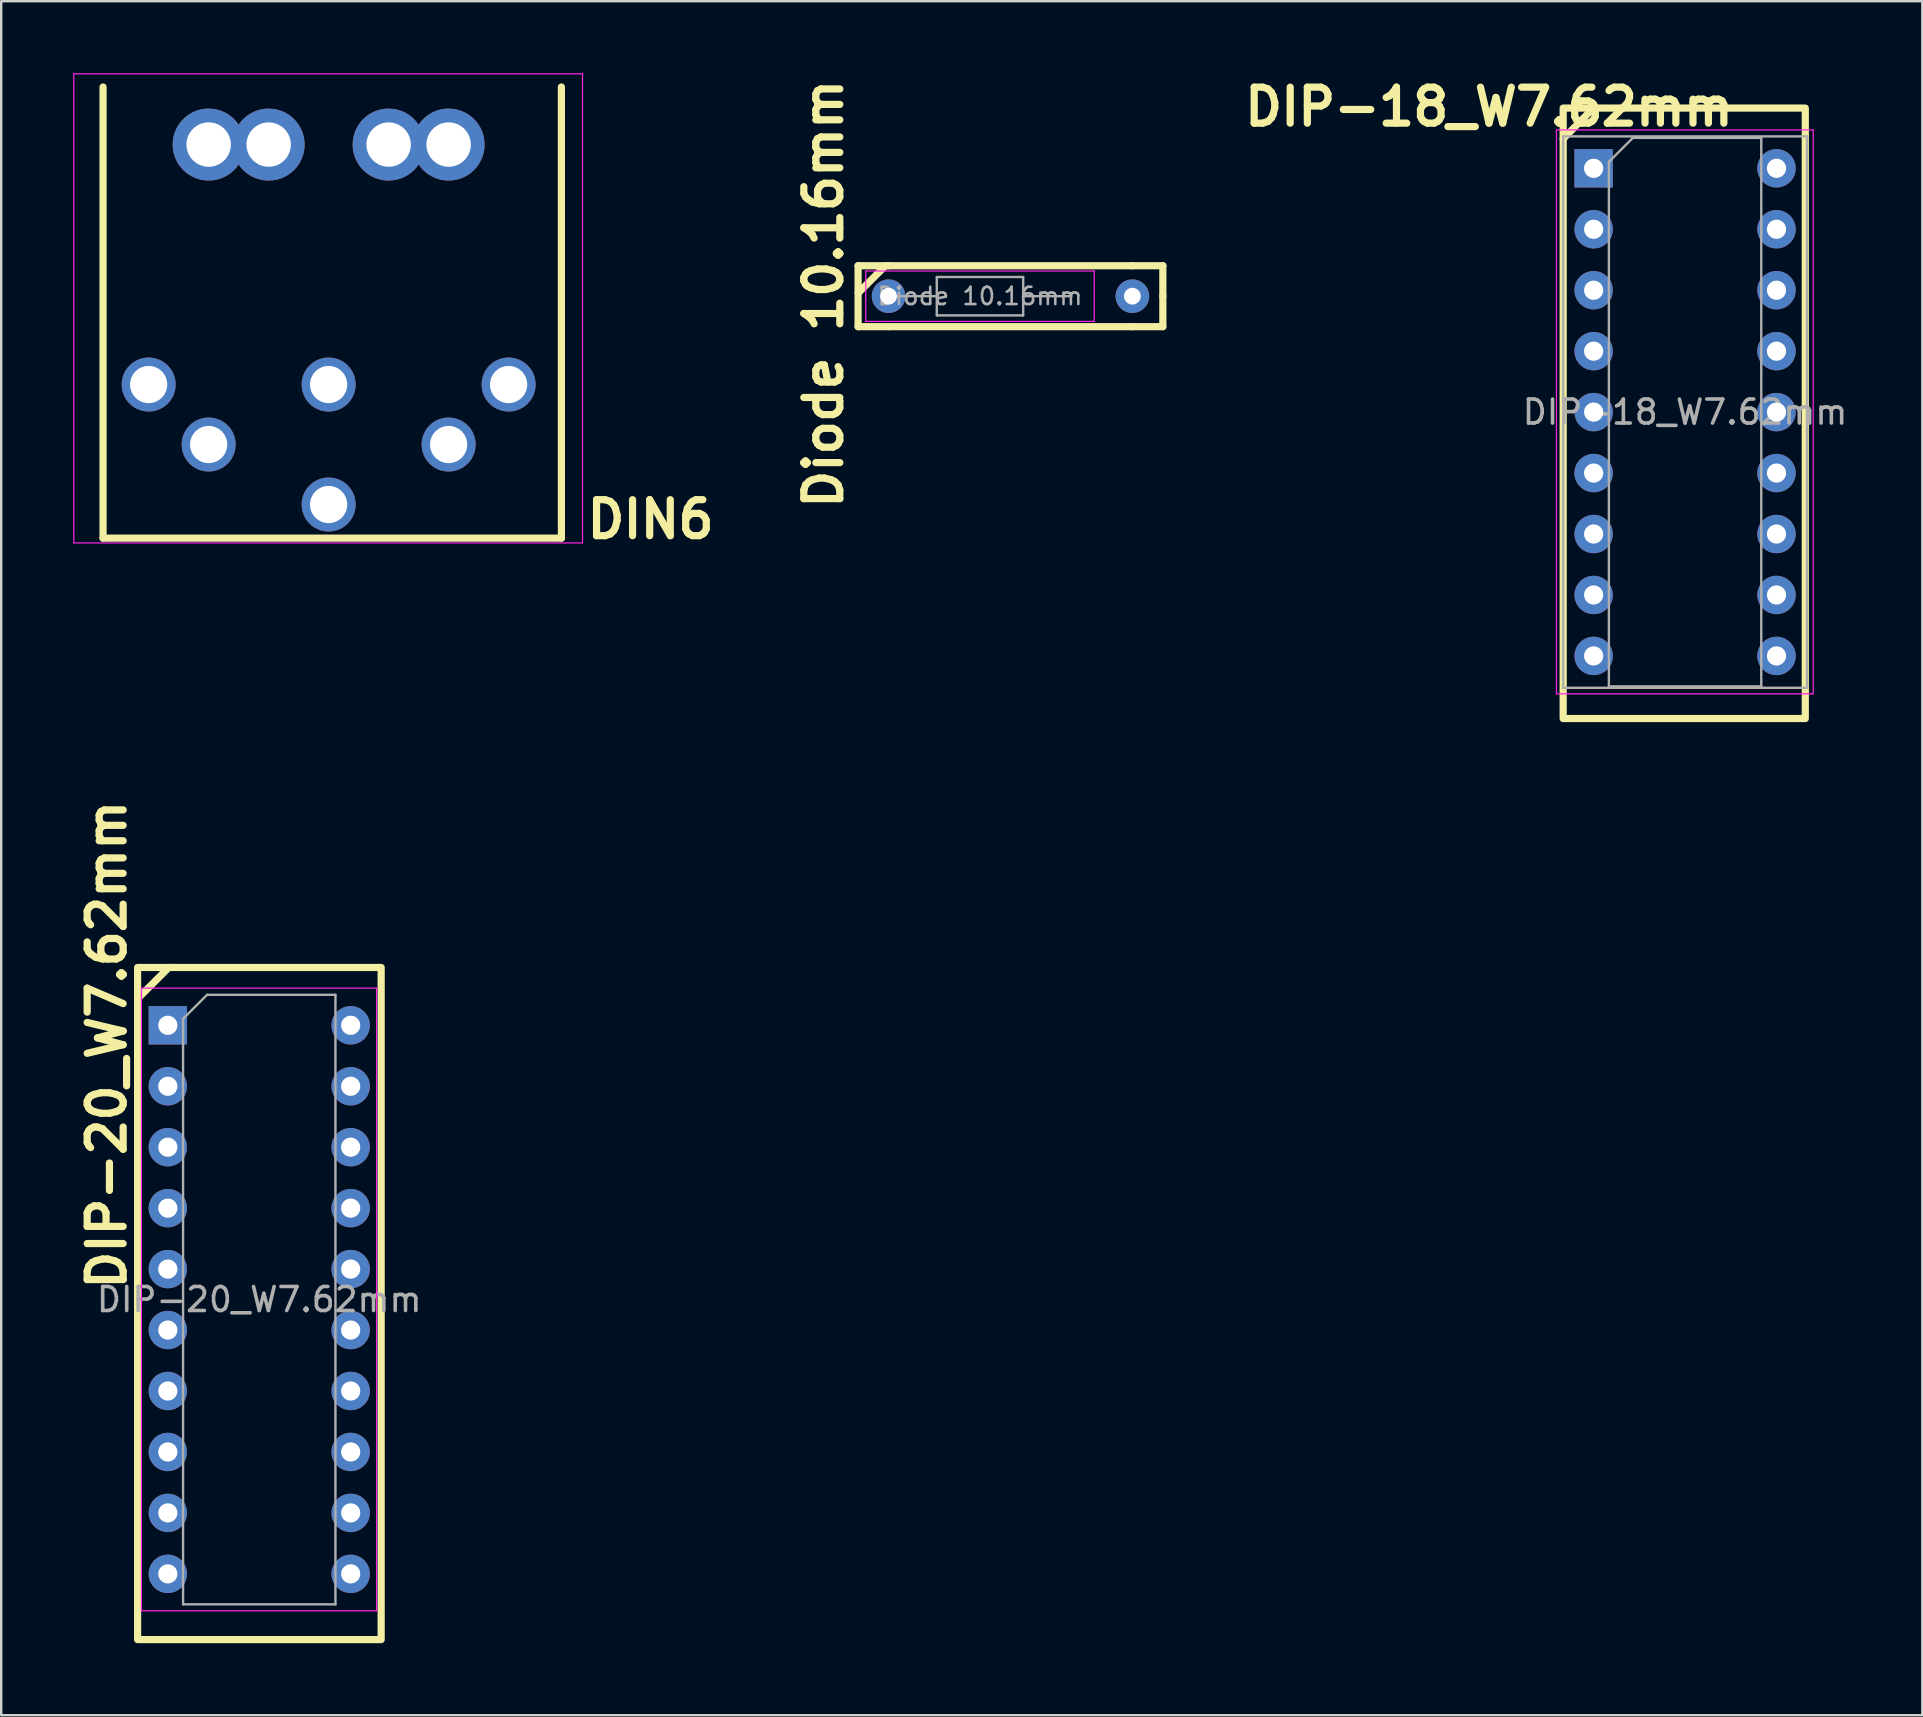
<source format=kicad_pcb>
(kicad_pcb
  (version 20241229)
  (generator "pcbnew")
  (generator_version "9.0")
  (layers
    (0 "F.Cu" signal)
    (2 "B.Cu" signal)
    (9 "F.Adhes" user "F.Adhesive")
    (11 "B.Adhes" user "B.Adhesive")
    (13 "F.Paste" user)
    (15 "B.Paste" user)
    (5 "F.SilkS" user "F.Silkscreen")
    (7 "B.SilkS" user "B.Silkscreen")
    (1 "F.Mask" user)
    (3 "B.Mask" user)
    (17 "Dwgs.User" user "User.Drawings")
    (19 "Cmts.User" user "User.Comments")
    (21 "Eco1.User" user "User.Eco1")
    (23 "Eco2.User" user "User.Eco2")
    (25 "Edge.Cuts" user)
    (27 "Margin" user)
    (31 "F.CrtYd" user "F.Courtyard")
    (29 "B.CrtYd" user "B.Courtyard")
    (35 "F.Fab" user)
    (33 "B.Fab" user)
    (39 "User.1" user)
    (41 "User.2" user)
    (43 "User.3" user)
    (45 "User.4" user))
  (footprint "DIP-20_W7.62mm"
    (layer "F.Cu")
    (at 3.964 39.667)
    (property "Reference" "DIP-20_W7.62mm" (at -2.56 0.82 90) (layer "F.SilkS") (effects (font (size 1.5 1.5) (thickness 0.3) (bold yes))))
    (attr through_hole)
    (fp_line (start -1.28 -1.1) (end 0.02 -2.4) (stroke (width 0.3) (type default)) (layer "F.SilkS"))
    (fp_rect (start -1.28 -2.4) (end 8.87 25.61) (stroke (width 0.3) (type default)) (fill no) (layer "F.SilkS"))
    (fp_line (start -1.12 -1.54) (end -1.12 24.41) (stroke (width 0.05) (type solid)) (layer "F.CrtYd"))
    (fp_line (start -1.12 24.41) (end 8.68 24.41) (stroke (width 0.05) (type solid)) (layer "F.CrtYd"))
    (fp_line (start 8.68 -1.54) (end -1.12 -1.54) (stroke (width 0.05) (type solid)) (layer "F.CrtYd"))
    (fp_line (start 8.68 24.41) (end 8.68 -1.54) (stroke (width 0.05) (type solid)) (layer "F.CrtYd"))
    (fp_line (start 0.615 -0.26) (end 1.615 -1.26) (stroke (width 0.1) (type solid)) (layer "F.Fab"))
    (fp_line (start 0.615 24.14) (end 0.615 -0.26) (stroke (width 0.1) (type solid)) (layer "F.Fab"))
    (fp_line (start 1.615 -1.26) (end 6.965 -1.26) (stroke (width 0.1) (type solid)) (layer "F.Fab"))
    (fp_line (start 6.965 -1.26) (end 6.965 24.14) (stroke (width 0.1) (type solid)) (layer "F.Fab"))
    (fp_line (start 6.965 24.14) (end 0.615 24.14) (stroke (width 0.1) (type solid)) (layer "F.Fab"))
    (fp_text user "${REFERENCE}" (at 3.79 11.44 0) (layer "F.Fab") (effects (font (size 1 1) (thickness 0.15))))
    (pad "1" thru_hole rect (at -0.02 0.01) (size 1.6 1.6) (drill 0.8) (layers "*.Cu" "*.Mask"))
    (pad "2" thru_hole oval (at -0.02 2.55) (size 1.6 1.6) (drill 0.8) (layers "*.Cu" "*.Mask"))
    (pad "3" thru_hole oval (at -0.02 5.09) (size 1.6 1.6) (drill 0.8) (layers "*.Cu" "*.Mask"))
    (pad "4" thru_hole oval (at -0.02 7.63) (size 1.6 1.6) (drill 0.8) (layers "*.Cu" "*.Mask"))
    (pad "5" thru_hole oval (at -0.02 10.17) (size 1.6 1.6) (drill 0.8) (layers "*.Cu" "*.Mask"))
    (pad "6" thru_hole oval (at -0.02 12.71) (size 1.6 1.6) (drill 0.8) (layers "*.Cu" "*.Mask"))
    (pad "7" thru_hole oval (at -0.02 15.25) (size 1.6 1.6) (drill 0.8) (layers "*.Cu" "*.Mask"))
    (pad "8" thru_hole oval (at -0.02 17.79) (size 1.6 1.6) (drill 0.8) (layers "*.Cu" "*.Mask"))
    (pad "9" thru_hole oval (at -0.02 20.33) (size 1.6 1.6) (drill 0.8) (layers "*.Cu" "*.Mask"))
    (pad "10" thru_hole oval (at -0.02 22.87) (size 1.6 1.6) (drill 0.8) (layers "*.Cu" "*.Mask"))
    (pad "11" thru_hole oval (at 7.6 22.87) (size 1.6 1.6) (drill 0.8) (layers "*.Cu" "*.Mask"))
    (pad "12" thru_hole oval (at 7.6 20.33) (size 1.6 1.6) (drill 0.8) (layers "*.Cu" "*.Mask"))
    (pad "13" thru_hole oval (at 7.6 17.79) (size 1.6 1.6) (drill 0.8) (layers "*.Cu" "*.Mask"))
    (pad "14" thru_hole oval (at 7.6 15.25) (size 1.6 1.6) (drill 0.8) (layers "*.Cu" "*.Mask"))
    (pad "15" thru_hole oval (at 7.6 12.71) (size 1.6 1.6) (drill 0.8) (layers "*.Cu" "*.Mask"))
    (pad "16" thru_hole oval (at 7.6 10.17) (size 1.6 1.6) (drill 0.8) (layers "*.Cu" "*.Mask"))
    (pad "17" thru_hole oval (at 7.6 7.63) (size 1.6 1.6) (drill 0.8) (layers "*.Cu" "*.Mask"))
    (pad "18" thru_hole oval (at 7.6 5.09) (size 1.6 1.6) (drill 0.8) (layers "*.Cu" "*.Mask"))
    (pad "19" thru_hole oval (at 7.6 2.55) (size 1.6 1.6) (drill 0.8) (layers "*.Cu" "*.Mask"))
    (pad "20" thru_hole oval (at 7.6 0.01) (size 1.6 1.6) (drill 0.8) (layers "*.Cu" "*.Mask")))
  (footprint "DIN6"
    (layer "F.Cu")
    (at 3.145 12.975)
    (property "Reference" "DIN6" (at 23.72 5.62 180) (layer "F.SilkS") (effects (font (size 1.5 1.5) (thickness 0.3) (bold yes)) (justify right)))
    (attr through_hole)
    (fp_line (start -1.9 6.4) (end -1.9 -12.4) (stroke (width 0.3) (type solid)) (layer "F.SilkS"))
    (fp_line (start 17.2 -12.4) (end 17.2 6.4) (stroke (width 0.3) (type solid)) (layer "F.SilkS"))
    (fp_line (start 17.2 6.4) (end -1.9 6.4) (stroke (width 0.3) (type solid)) (layer "F.SilkS"))
    (fp_line (start -3.12 -12.95) (end -3.12 6.6) (stroke (width 0.05) (type solid)) (layer "F.CrtYd"))
    (fp_line (start -3.12 6.6) (end 18.08 6.6) (stroke (width 0.05) (type solid)) (layer "F.CrtYd"))
    (fp_line (start 18.08 -12.95) (end -3.12 -12.95) (stroke (width 0.05) (type solid)) (layer "F.CrtYd"))
    (fp_line (start 18.08 6.6) (end 18.08 -12.95) (stroke (width 0.05) (type solid)) (layer "F.CrtYd"))
    (pad "1" thru_hole circle (at 0 0 180) (size 2.25 2.25) (drill 1.55) (layers "*.Cu" "*.Mask"))
    (pad "2" thru_hole circle (at 2.5 2.5 180) (size 2.25 2.25) (drill 1.55) (layers "*.Cu" "*.Mask"))
    (pad "3" thru_hole circle (at 7.5 0 180) (size 2.25 2.25) (drill 1.55) (layers "*.Cu" "*.Mask"))
    (pad "4" thru_hole circle (at 12.5 2.5 180) (size 2.25 2.25) (drill 1.55) (layers "*.Cu" "*.Mask"))
    (pad "5" thru_hole circle (at 15 0 180) (size 2.25 2.25) (drill 1.55) (layers "*.Cu" "*.Mask"))
    (pad "6" thru_hole circle (at 7.5 5 180) (size 2.25 2.25) (drill 1.55) (layers "*.Cu" "*.Mask"))
    (pad "S" thru_hole circle (at 2.5 -10 180) (size 3 3) (drill 1.85) (layers "*.Cu" "*.Mask"))
    (pad "S" thru_hole circle (at 5 -10 180) (size 3 3) (drill 1.85) (layers "*.Cu" "*.Mask"))
    (pad "S" thru_hole circle (at 10 -10 180) (size 3 3) (drill 1.85) (layers "*.Cu" "*.Mask"))
    (pad "S" thru_hole circle (at 12.5 -10 180) (size 3 3) (drill 1.85) (layers "*.Cu" "*.Mask")))
  (footprint "DIP-18_W7.62mm"
    (layer "F.Cu")
    (at 63.392 3.964)
    (property "Reference" "DIP-18_W7.62mm" (at -4.39 -2.56 0) (layer "F.SilkS") (effects (font (size 1.5 1.5) (thickness 0.3) (bold yes))))
    (attr through_hole)
    (fp_line (start -1.3 -1.23) (end -0.04 -2.51) (stroke (width 0.3) (type default)) (layer "F.SilkS"))
    (fp_rect (start -1.3 -2.51) (end 8.79 22.93) (stroke (width 0.3) (type default)) (fill no) (layer "F.SilkS"))
    (fp_line (start -1.58 -1.6) (end -1.58 21.9) (stroke (width 0.05) (type solid)) (layer "F.CrtYd"))
    (fp_line (start -1.58 21.9) (end 9.12 21.9) (stroke (width 0.05) (type solid)) (layer "F.CrtYd"))
    (fp_line (start 9.12 -1.6) (end -1.58 -1.6) (stroke (width 0.05) (type solid)) (layer "F.CrtYd"))
    (fp_line (start 9.12 21.9) (end 9.12 -1.6) (stroke (width 0.05) (type solid)) (layer "F.CrtYd"))
    (fp_line (start -1.3 -1.33) (end -1.3 21.65) (stroke (width 0.1) (type solid)) (layer "F.Fab"))
    (fp_line (start -1.3 21.65) (end 8.86 21.65) (stroke (width 0.1) (type solid)) (layer "F.Fab"))
    (fp_line (start 0.605 -0.27) (end 1.605 -1.27) (stroke (width 0.1) (type solid)) (layer "F.Fab"))
    (fp_line (start 0.605 21.59) (end 0.605 -0.27) (stroke (width 0.1) (type solid)) (layer "F.Fab"))
    (fp_line (start 1.605 -1.27) (end 6.955 -1.27) (stroke (width 0.1) (type solid)) (layer "F.Fab"))
    (fp_line (start 6.955 -1.27) (end 6.955 21.59) (stroke (width 0.1) (type solid)) (layer "F.Fab"))
    (fp_line (start 6.955 21.59) (end 0.605 21.59) (stroke (width 0.1) (type solid)) (layer "F.Fab"))
    (fp_line (start 8.86 -1.33) (end -1.3 -1.33) (stroke (width 0.1) (type solid)) (layer "F.Fab"))
    (fp_line (start 8.86 21.65) (end 8.86 -1.33) (stroke (width 0.1) (type solid)) (layer "F.Fab"))
    (fp_text user "${REFERENCE}" (at 3.78 10.16 0) (layer "F.Fab") (effects (font (size 1 1) (thickness 0.15))))
    (pad "1" thru_hole rect (at -0.03 0) (size 1.6 1.6) (drill 0.8) (layers "*.Cu" "*.Mask"))
    (pad "2" thru_hole oval (at -0.03 2.54) (size 1.6 1.6) (drill 0.8) (layers "*.Cu" "*.Mask"))
    (pad "3" thru_hole oval (at -0.03 5.08) (size 1.6 1.6) (drill 0.8) (layers "*.Cu" "*.Mask"))
    (pad "4" thru_hole oval (at -0.03 7.62) (size 1.6 1.6) (drill 0.8) (layers "*.Cu" "*.Mask"))
    (pad "5" thru_hole oval (at -0.03 10.16) (size 1.6 1.6) (drill 0.8) (layers "*.Cu" "*.Mask"))
    (pad "6" thru_hole oval (at -0.03 12.7) (size 1.6 1.6) (drill 0.8) (layers "*.Cu" "*.Mask"))
    (pad "7" thru_hole oval (at -0.03 15.24) (size 1.6 1.6) (drill 0.8) (layers "*.Cu" "*.Mask"))
    (pad "8" thru_hole oval (at -0.03 17.78) (size 1.6 1.6) (drill 0.8) (layers "*.Cu" "*.Mask"))
    (pad "9" thru_hole oval (at -0.03 20.32) (size 1.6 1.6) (drill 0.8) (layers "*.Cu" "*.Mask"))
    (pad "10" thru_hole oval (at 7.59 20.32) (size 1.6 1.6) (drill 0.8) (layers "*.Cu" "*.Mask"))
    (pad "11" thru_hole oval (at 7.59 17.78) (size 1.6 1.6) (drill 0.8) (layers "*.Cu" "*.Mask"))
    (pad "12" thru_hole oval (at 7.59 15.24) (size 1.6 1.6) (drill 0.8) (layers "*.Cu" "*.Mask"))
    (pad "13" thru_hole oval (at 7.59 12.7) (size 1.6 1.6) (drill 0.8) (layers "*.Cu" "*.Mask"))
    (pad "14" thru_hole oval (at 7.59 10.16) (size 1.6 1.6) (drill 0.8) (layers "*.Cu" "*.Mask"))
    (pad "15" thru_hole oval (at 7.59 7.62) (size 1.6 1.6) (drill 0.8) (layers "*.Cu" "*.Mask"))
    (pad "16" thru_hole oval (at 7.59 5.08) (size 1.6 1.6) (drill 0.8) (layers "*.Cu" "*.Mask"))
    (pad "17" thru_hole oval (at 7.59 2.54) (size 1.6 1.6) (drill 0.8) (layers "*.Cu" "*.Mask"))
    (pad "18" thru_hole oval (at 7.59 0) (size 1.6 1.6) (drill 0.8) (layers "*.Cu" "*.Mask")))
  (footprint "Diode 10.16mm"
    (layer "F.Cu")
    (at 33.979 9.293)
    (property "Reference" "Diode 10.16mm" (at -2.71 -0.1 90) (layer "F.SilkS") (effects (font (size 1.5 1.5) (thickness 0.3) (bold yes))))
    (attr through_hole)
    (fp_line (start -1.27 -1.27) (end -1.27 1.27) (stroke (width 0.3) (type default)) (layer "F.SilkS"))
    (fp_line (start -1.27 -1.27) (end 0 -1.27) (stroke (width 0.3) (type default)) (layer "F.SilkS"))
    (fp_line (start -1.27 1.27) (end 0 1.27) (stroke (width 0.3) (type default)) (layer "F.SilkS"))
    (fp_line (start -1.265 -0.135) (end -0.131 -1.269) (stroke (width 0.3) (type default)) (layer "F.SilkS"))
    (fp_line (start 0 -1.27) (end 10.16 -1.27) (stroke (width 0.3) (type default)) (layer "F.SilkS"))
    (fp_line (start 0 1.27) (end 10.16 1.27) (stroke (width 0.3) (type default)) (layer "F.SilkS"))
    (fp_line (start 10.16 -1.27) (end 11.43 -1.27) (stroke (width 0.3) (type default)) (layer "F.SilkS"))
    (fp_line (start 10.16 1.27) (end 11.43 1.27) (stroke (width 0.3) (type default)) (layer "F.SilkS"))
    (fp_line (start 11.43 0) (end 11.43 -1.27) (stroke (width 0.3) (type default)) (layer "F.SilkS"))
    (fp_line (start 11.43 1.27) (end 11.43 0) (stroke (width 0.3) (type default)) (layer "F.SilkS"))
    (fp_line (start -0.95 -1.05) (end -0.95 1.05) (stroke (width 0.05) (type solid)) (layer "F.CrtYd"))
    (fp_line (start -0.95 1.05) (end 8.57 1.05) (stroke (width 0.05) (type solid)) (layer "F.CrtYd"))
    (fp_line (start 8.57 -1.05) (end -0.95 -1.05) (stroke (width 0.05) (type solid)) (layer "F.CrtYd"))
    (fp_line (start 8.57 1.05) (end 8.57 -1.05) (stroke (width 0.05) (type solid)) (layer "F.CrtYd"))
    (fp_line (start 0 0) (end 2.01 0) (stroke (width 0.1) (type solid)) (layer "F.Fab"))
    (fp_line (start 2.01 -0.8) (end 2.01 0.8) (stroke (width 0.1) (type solid)) (layer "F.Fab"))
    (fp_line (start 2.01 0.8) (end 5.61 0.8) (stroke (width 0.1) (type solid)) (layer "F.Fab"))
    (fp_line (start 5.61 -0.8) (end 2.01 -0.8) (stroke (width 0.1) (type solid)) (layer "F.Fab"))
    (fp_line (start 5.61 0.8) (end 5.61 -0.8) (stroke (width 0.1) (type solid)) (layer "F.Fab"))
    (fp_line (start 7.62 0) (end 5.61 0) (stroke (width 0.1) (type solid)) (layer "F.Fab"))
    (fp_text user "${REFERENCE}" (at 3.81 0 180) (layer "F.Fab") (effects (font (size 0.72 0.72) (thickness 0.108))))
    (pad "1" thru_hole circle (at 0 0) (size 1.4 1.4) (drill 0.7) (layers "*.Cu" "*.Mask"))
    (pad "2" thru_hole oval (at 10.16 0) (size 1.4 1.4) (drill 0.7) (layers "*.Cu" "*.Mask")))
  (gr_rect
    (start -3 -3)
    (end 77.059 68.427)
    (stroke (width 0.1) (type default))
    (fill no)
    (layer "Edge.Cuts")))
</source>
